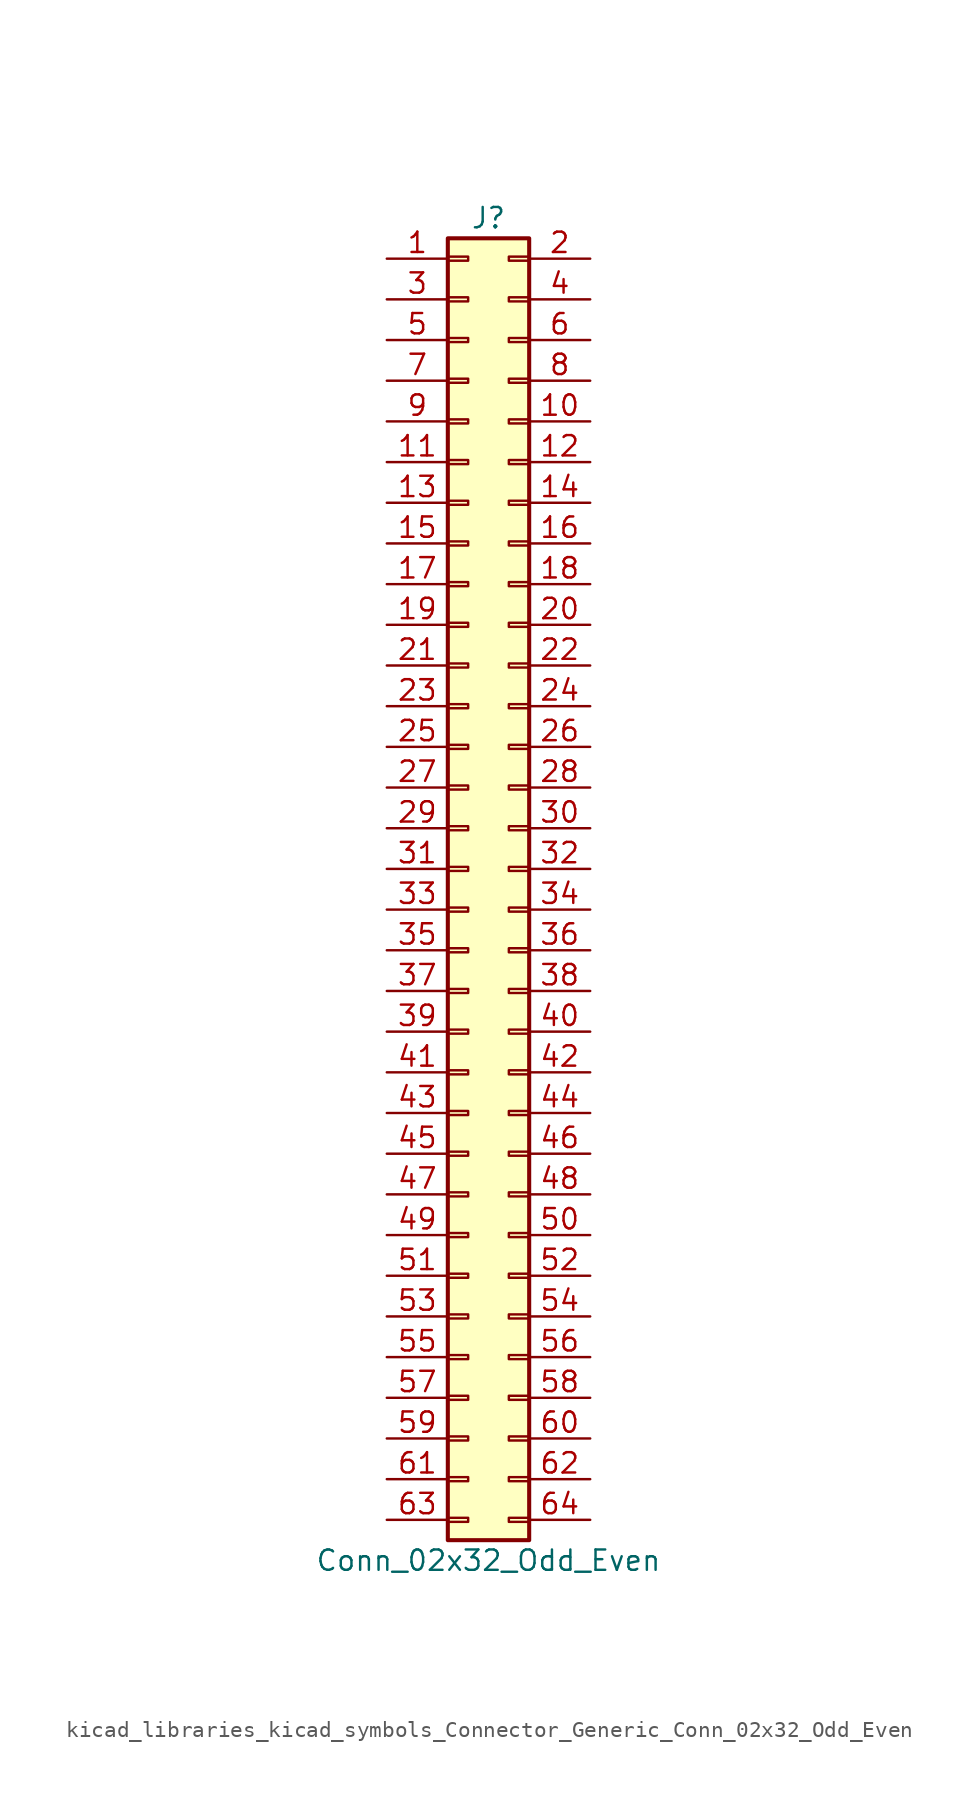
<source format=kicad_sym>
(kicad_symbol_lib
  (version 20220914)
  (generator kicad_symbol_editor)
  (symbol "kicad_libraries_kicad_symbols_Connector_Generic_Conn_02x32_Odd_Even"
    (pin_names
      (offset 1.016) hide)
    (property "Reference" "J"
      (at 1.27 40.64 0)
      (effects (font (size 1.27 1.27))))
    (property "Value" "Conn_02x32_Odd_Even"
      (at 1.27 -43.18 0)
      (effects (font (size 1.27 1.27))))
    (symbol "kicad_libraries_kicad_symbols_Connector_Generic_Conn_02x32_Odd_Even_1_1"
      (rectangle (start -1.27 -40.513) (end 0 -40.767) (stroke (width 0.152) (type default)) (fill (type none)))
      (rectangle (start -1.27 -37.973) (end 0 -38.227) (stroke (width 0.152) (type default)) (fill (type none)))
      (rectangle (start -1.27 -35.433) (end 0 -35.687) (stroke (width 0.152) (type default)) (fill (type none)))
      (rectangle (start -1.27 -32.893) (end 0 -33.147) (stroke (width 0.152) (type default)) (fill (type none)))
      (rectangle (start -1.27 -30.353) (end 0 -30.607) (stroke (width 0.152) (type default)) (fill (type none)))
      (rectangle (start -1.27 -27.813) (end 0 -28.067) (stroke (width 0.152) (type default)) (fill (type none)))
      (rectangle (start -1.27 -25.273) (end 0 -25.527) (stroke (width 0.152) (type default)) (fill (type none)))
      (rectangle (start -1.27 -22.733) (end 0 -22.987) (stroke (width 0.152) (type default)) (fill (type none)))
      (rectangle (start -1.27 -20.193) (end 0 -20.447) (stroke (width 0.152) (type default)) (fill (type none)))
      (rectangle (start -1.27 -17.653) (end 0 -17.907) (stroke (width 0.152) (type default)) (fill (type none)))
      (rectangle (start -1.27 -15.113) (end 0 -15.367) (stroke (width 0.152) (type default)) (fill (type none)))
      (rectangle (start -1.27 -12.573) (end 0 -12.827) (stroke (width 0.152) (type default)) (fill (type none)))
      (rectangle (start -1.27 -10.033) (end 0 -10.287) (stroke (width 0.152) (type default)) (fill (type none)))
      (rectangle (start -1.27 -7.493) (end 0 -7.747) (stroke (width 0.152) (type default)) (fill (type none)))
      (rectangle (start -1.27 -4.953) (end 0 -5.207) (stroke (width 0.152) (type default)) (fill (type none)))
      (rectangle (start -1.27 -2.413) (end 0 -2.667) (stroke (width 0.152) (type default)) (fill (type none)))
      (rectangle (start -1.27 0.127) (end 0 -0.127) (stroke (width 0.152) (type default)) (fill (type none)))
      (rectangle (start -1.27 2.667) (end 0 2.413) (stroke (width 0.152) (type default)) (fill (type none)))
      (rectangle (start -1.27 5.207) (end 0 4.953) (stroke (width 0.152) (type default)) (fill (type none)))
      (rectangle (start -1.27 7.747) (end 0 7.493) (stroke (width 0.152) (type default)) (fill (type none)))
      (rectangle (start -1.27 10.287) (end 0 10.033) (stroke (width 0.152) (type default)) (fill (type none)))
      (rectangle (start -1.27 12.827) (end 0 12.573) (stroke (width 0.152) (type default)) (fill (type none)))
      (rectangle (start -1.27 15.367) (end 0 15.113) (stroke (width 0.152) (type default)) (fill (type none)))
      (rectangle (start -1.27 17.907) (end 0 17.653) (stroke (width 0.152) (type default)) (fill (type none)))
      (rectangle (start -1.27 20.447) (end 0 20.193) (stroke (width 0.152) (type default)) (fill (type none)))
      (rectangle (start -1.27 22.987) (end 0 22.733) (stroke (width 0.152) (type default)) (fill (type none)))
      (rectangle (start -1.27 25.527) (end 0 25.273) (stroke (width 0.152) (type default)) (fill (type none)))
      (rectangle (start -1.27 28.067) (end 0 27.813) (stroke (width 0.152) (type default)) (fill (type none)))
      (rectangle (start -1.27 30.607) (end 0 30.353) (stroke (width 0.152) (type default)) (fill (type none)))
      (rectangle (start -1.27 33.147) (end 0 32.893) (stroke (width 0.152) (type default)) (fill (type none)))
      (rectangle (start -1.27 35.687) (end 0 35.433) (stroke (width 0.152) (type default)) (fill (type none)))
      (rectangle (start -1.27 38.227) (end 0 37.973) (stroke (width 0.152) (type default)) (fill (type none)))
      (rectangle (start -1.27 39.37) (end 3.81 -41.91) (stroke (width 0.254) (type default)) (fill (type background)))
      (rectangle (start 3.81 -40.513) (end 2.54 -40.767) (stroke (width 0.152) (type default)) (fill (type none)))
      (rectangle (start 3.81 -37.973) (end 2.54 -38.227) (stroke (width 0.152) (type default)) (fill (type none)))
      (rectangle (start 3.81 -35.433) (end 2.54 -35.687) (stroke (width 0.152) (type default)) (fill (type none)))
      (rectangle (start 3.81 -32.893) (end 2.54 -33.147) (stroke (width 0.152) (type default)) (fill (type none)))
      (rectangle (start 3.81 -30.353) (end 2.54 -30.607) (stroke (width 0.152) (type default)) (fill (type none)))
      (rectangle (start 3.81 -27.813) (end 2.54 -28.067) (stroke (width 0.152) (type default)) (fill (type none)))
      (rectangle (start 3.81 -25.273) (end 2.54 -25.527) (stroke (width 0.152) (type default)) (fill (type none)))
      (rectangle (start 3.81 -22.733) (end 2.54 -22.987) (stroke (width 0.152) (type default)) (fill (type none)))
      (rectangle (start 3.81 -20.193) (end 2.54 -20.447) (stroke (width 0.152) (type default)) (fill (type none)))
      (rectangle (start 3.81 -17.653) (end 2.54 -17.907) (stroke (width 0.152) (type default)) (fill (type none)))
      (rectangle (start 3.81 -15.113) (end 2.54 -15.367) (stroke (width 0.152) (type default)) (fill (type none)))
      (rectangle (start 3.81 -12.573) (end 2.54 -12.827) (stroke (width 0.152) (type default)) (fill (type none)))
      (rectangle (start 3.81 -10.033) (end 2.54 -10.287) (stroke (width 0.152) (type default)) (fill (type none)))
      (rectangle (start 3.81 -7.493) (end 2.54 -7.747) (stroke (width 0.152) (type default)) (fill (type none)))
      (rectangle (start 3.81 -4.953) (end 2.54 -5.207) (stroke (width 0.152) (type default)) (fill (type none)))
      (rectangle (start 3.81 -2.413) (end 2.54 -2.667) (stroke (width 0.152) (type default)) (fill (type none)))
      (rectangle (start 3.81 0.127) (end 2.54 -0.127) (stroke (width 0.152) (type default)) (fill (type none)))
      (rectangle (start 3.81 2.667) (end 2.54 2.413) (stroke (width 0.152) (type default)) (fill (type none)))
      (rectangle (start 3.81 5.207) (end 2.54 4.953) (stroke (width 0.152) (type default)) (fill (type none)))
      (rectangle (start 3.81 7.747) (end 2.54 7.493) (stroke (width 0.152) (type default)) (fill (type none)))
      (rectangle (start 3.81 10.287) (end 2.54 10.033) (stroke (width 0.152) (type default)) (fill (type none)))
      (rectangle (start 3.81 12.827) (end 2.54 12.573) (stroke (width 0.152) (type default)) (fill (type none)))
      (rectangle (start 3.81 15.367) (end 2.54 15.113) (stroke (width 0.152) (type default)) (fill (type none)))
      (rectangle (start 3.81 17.907) (end 2.54 17.653) (stroke (width 0.152) (type default)) (fill (type none)))
      (rectangle (start 3.81 20.447) (end 2.54 20.193) (stroke (width 0.152) (type default)) (fill (type none)))
      (rectangle (start 3.81 22.987) (end 2.54 22.733) (stroke (width 0.152) (type default)) (fill (type none)))
      (rectangle (start 3.81 25.527) (end 2.54 25.273) (stroke (width 0.152) (type default)) (fill (type none)))
      (rectangle (start 3.81 28.067) (end 2.54 27.813) (stroke (width 0.152) (type default)) (fill (type none)))
      (rectangle (start 3.81 30.607) (end 2.54 30.353) (stroke (width 0.152) (type default)) (fill (type none)))
      (rectangle (start 3.81 33.147) (end 2.54 32.893) (stroke (width 0.152) (type default)) (fill (type none)))
      (rectangle (start 3.81 35.687) (end 2.54 35.433) (stroke (width 0.152) (type default)) (fill (type none)))
      (rectangle (start 3.81 38.227) (end 2.54 37.973) (stroke (width 0.152) (type default)) (fill (type none)))
      (pin passive line (at -5.08 38.1 0) (length 3.81) (name "Pin_1" (effects (font (size 1.27 1.27)))) (number "1" (effects (font (size 1.27 1.27)))))
      (pin passive line (at 7.62 27.94 180) (length 3.81) (name "Pin_10" (effects (font (size 1.27 1.27)))) (number "10" (effects (font (size 1.27 1.27)))))
      (pin passive line (at -5.08 25.4 0) (length 3.81) (name "Pin_11" (effects (font (size 1.27 1.27)))) (number "11" (effects (font (size 1.27 1.27)))))
      (pin passive line (at 7.62 25.4 180) (length 3.81) (name "Pin_12" (effects (font (size 1.27 1.27)))) (number "12" (effects (font (size 1.27 1.27)))))
      (pin passive line (at -5.08 22.86 0) (length 3.81) (name "Pin_13" (effects (font (size 1.27 1.27)))) (number "13" (effects (font (size 1.27 1.27)))))
      (pin passive line (at 7.62 22.86 180) (length 3.81) (name "Pin_14" (effects (font (size 1.27 1.27)))) (number "14" (effects (font (size 1.27 1.27)))))
      (pin passive line (at -5.08 20.32 0) (length 3.81) (name "Pin_15" (effects (font (size 1.27 1.27)))) (number "15" (effects (font (size 1.27 1.27)))))
      (pin passive line (at 7.62 20.32 180) (length 3.81) (name "Pin_16" (effects (font (size 1.27 1.27)))) (number "16" (effects (font (size 1.27 1.27)))))
      (pin passive line (at -5.08 17.78 0) (length 3.81) (name "Pin_17" (effects (font (size 1.27 1.27)))) (number "17" (effects (font (size 1.27 1.27)))))
      (pin passive line (at 7.62 17.78 180) (length 3.81) (name "Pin_18" (effects (font (size 1.27 1.27)))) (number "18" (effects (font (size 1.27 1.27)))))
      (pin passive line (at -5.08 15.24 0) (length 3.81) (name "Pin_19" (effects (font (size 1.27 1.27)))) (number "19" (effects (font (size 1.27 1.27)))))
      (pin passive line (at 7.62 38.1 180) (length 3.81) (name "Pin_2" (effects (font (size 1.27 1.27)))) (number "2" (effects (font (size 1.27 1.27)))))
      (pin passive line (at 7.62 15.24 180) (length 3.81) (name "Pin_20" (effects (font (size 1.27 1.27)))) (number "20" (effects (font (size 1.27 1.27)))))
      (pin passive line (at -5.08 12.7 0) (length 3.81) (name "Pin_21" (effects (font (size 1.27 1.27)))) (number "21" (effects (font (size 1.27 1.27)))))
      (pin passive line (at 7.62 12.7 180) (length 3.81) (name "Pin_22" (effects (font (size 1.27 1.27)))) (number "22" (effects (font (size 1.27 1.27)))))
      (pin passive line (at -5.08 10.16 0) (length 3.81) (name "Pin_23" (effects (font (size 1.27 1.27)))) (number "23" (effects (font (size 1.27 1.27)))))
      (pin passive line (at 7.62 10.16 180) (length 3.81) (name "Pin_24" (effects (font (size 1.27 1.27)))) (number "24" (effects (font (size 1.27 1.27)))))
      (pin passive line (at -5.08 7.62 0) (length 3.81) (name "Pin_25" (effects (font (size 1.27 1.27)))) (number "25" (effects (font (size 1.27 1.27)))))
      (pin passive line (at 7.62 7.62 180) (length 3.81) (name "Pin_26" (effects (font (size 1.27 1.27)))) (number "26" (effects (font (size 1.27 1.27)))))
      (pin passive line (at -5.08 5.08 0) (length 3.81) (name "Pin_27" (effects (font (size 1.27 1.27)))) (number "27" (effects (font (size 1.27 1.27)))))
      (pin passive line (at 7.62 5.08 180) (length 3.81) (name "Pin_28" (effects (font (size 1.27 1.27)))) (number "28" (effects (font (size 1.27 1.27)))))
      (pin passive line (at -5.08 2.54 0) (length 3.81) (name "Pin_29" (effects (font (size 1.27 1.27)))) (number "29" (effects (font (size 1.27 1.27)))))
      (pin passive line (at -5.08 35.56 0) (length 3.81) (name "Pin_3" (effects (font (size 1.27 1.27)))) (number "3" (effects (font (size 1.27 1.27)))))
      (pin passive line (at 7.62 2.54 180) (length 3.81) (name "Pin_30" (effects (font (size 1.27 1.27)))) (number "30" (effects (font (size 1.27 1.27)))))
      (pin passive line (at -5.08 0 0) (length 3.81) (name "Pin_31" (effects (font (size 1.27 1.27)))) (number "31" (effects (font (size 1.27 1.27)))))
      (pin passive line (at 7.62 0 180) (length 3.81) (name "Pin_32" (effects (font (size 1.27 1.27)))) (number "32" (effects (font (size 1.27 1.27)))))
      (pin passive line (at -5.08 -2.54 0) (length 3.81) (name "Pin_33" (effects (font (size 1.27 1.27)))) (number "33" (effects (font (size 1.27 1.27)))))
      (pin passive line (at 7.62 -2.54 180) (length 3.81) (name "Pin_34" (effects (font (size 1.27 1.27)))) (number "34" (effects (font (size 1.27 1.27)))))
      (pin passive line (at -5.08 -5.08 0) (length 3.81) (name "Pin_35" (effects (font (size 1.27 1.27)))) (number "35" (effects (font (size 1.27 1.27)))))
      (pin passive line (at 7.62 -5.08 180) (length 3.81) (name "Pin_36" (effects (font (size 1.27 1.27)))) (number "36" (effects (font (size 1.27 1.27)))))
      (pin passive line (at -5.08 -7.62 0) (length 3.81) (name "Pin_37" (effects (font (size 1.27 1.27)))) (number "37" (effects (font (size 1.27 1.27)))))
      (pin passive line (at 7.62 -7.62 180) (length 3.81) (name "Pin_38" (effects (font (size 1.27 1.27)))) (number "38" (effects (font (size 1.27 1.27)))))
      (pin passive line (at -5.08 -10.16 0) (length 3.81) (name "Pin_39" (effects (font (size 1.27 1.27)))) (number "39" (effects (font (size 1.27 1.27)))))
      (pin passive line (at 7.62 35.56 180) (length 3.81) (name "Pin_4" (effects (font (size 1.27 1.27)))) (number "4" (effects (font (size 1.27 1.27)))))
      (pin passive line (at 7.62 -10.16 180) (length 3.81) (name "Pin_40" (effects (font (size 1.27 1.27)))) (number "40" (effects (font (size 1.27 1.27)))))
      (pin passive line (at -5.08 -12.7 0) (length 3.81) (name "Pin_41" (effects (font (size 1.27 1.27)))) (number "41" (effects (font (size 1.27 1.27)))))
      (pin passive line (at 7.62 -12.7 180) (length 3.81) (name "Pin_42" (effects (font (size 1.27 1.27)))) (number "42" (effects (font (size 1.27 1.27)))))
      (pin passive line (at -5.08 -15.24 0) (length 3.81) (name "Pin_43" (effects (font (size 1.27 1.27)))) (number "43" (effects (font (size 1.27 1.27)))))
      (pin passive line (at 7.62 -15.24 180) (length 3.81) (name "Pin_44" (effects (font (size 1.27 1.27)))) (number "44" (effects (font (size 1.27 1.27)))))
      (pin passive line (at -5.08 -17.78 0) (length 3.81) (name "Pin_45" (effects (font (size 1.27 1.27)))) (number "45" (effects (font (size 1.27 1.27)))))
      (pin passive line (at 7.62 -17.78 180) (length 3.81) (name "Pin_46" (effects (font (size 1.27 1.27)))) (number "46" (effects (font (size 1.27 1.27)))))
      (pin passive line (at -5.08 -20.32 0) (length 3.81) (name "Pin_47" (effects (font (size 1.27 1.27)))) (number "47" (effects (font (size 1.27 1.27)))))
      (pin passive line (at 7.62 -20.32 180) (length 3.81) (name "Pin_48" (effects (font (size 1.27 1.27)))) (number "48" (effects (font (size 1.27 1.27)))))
      (pin passive line (at -5.08 -22.86 0) (length 3.81) (name "Pin_49" (effects (font (size 1.27 1.27)))) (number "49" (effects (font (size 1.27 1.27)))))
      (pin passive line (at -5.08 33.02 0) (length 3.81) (name "Pin_5" (effects (font (size 1.27 1.27)))) (number "5" (effects (font (size 1.27 1.27)))))
      (pin passive line (at 7.62 -22.86 180) (length 3.81) (name "Pin_50" (effects (font (size 1.27 1.27)))) (number "50" (effects (font (size 1.27 1.27)))))
      (pin passive line (at -5.08 -25.4 0) (length 3.81) (name "Pin_51" (effects (font (size 1.27 1.27)))) (number "51" (effects (font (size 1.27 1.27)))))
      (pin passive line (at 7.62 -25.4 180) (length 3.81) (name "Pin_52" (effects (font (size 1.27 1.27)))) (number "52" (effects (font (size 1.27 1.27)))))
      (pin passive line (at -5.08 -27.94 0) (length 3.81) (name "Pin_53" (effects (font (size 1.27 1.27)))) (number "53" (effects (font (size 1.27 1.27)))))
      (pin passive line (at 7.62 -27.94 180) (length 3.81) (name "Pin_54" (effects (font (size 1.27 1.27)))) (number "54" (effects (font (size 1.27 1.27)))))
      (pin passive line (at -5.08 -30.48 0) (length 3.81) (name "Pin_55" (effects (font (size 1.27 1.27)))) (number "55" (effects (font (size 1.27 1.27)))))
      (pin passive line (at 7.62 -30.48 180) (length 3.81) (name "Pin_56" (effects (font (size 1.27 1.27)))) (number "56" (effects (font (size 1.27 1.27)))))
      (pin passive line (at -5.08 -33.02 0) (length 3.81) (name "Pin_57" (effects (font (size 1.27 1.27)))) (number "57" (effects (font (size 1.27 1.27)))))
      (pin passive line (at 7.62 -33.02 180) (length 3.81) (name "Pin_58" (effects (font (size 1.27 1.27)))) (number "58" (effects (font (size 1.27 1.27)))))
      (pin passive line (at -5.08 -35.56 0) (length 3.81) (name "Pin_59" (effects (font (size 1.27 1.27)))) (number "59" (effects (font (size 1.27 1.27)))))
      (pin passive line (at 7.62 33.02 180) (length 3.81) (name "Pin_6" (effects (font (size 1.27 1.27)))) (number "6" (effects (font (size 1.27 1.27)))))
      (pin passive line (at 7.62 -35.56 180) (length 3.81) (name "Pin_60" (effects (font (size 1.27 1.27)))) (number "60" (effects (font (size 1.27 1.27)))))
      (pin passive line (at -5.08 -38.1 0) (length 3.81) (name "Pin_61" (effects (font (size 1.27 1.27)))) (number "61" (effects (font (size 1.27 1.27)))))
      (pin passive line (at 7.62 -38.1 180) (length 3.81) (name "Pin_62" (effects (font (size 1.27 1.27)))) (number "62" (effects (font (size 1.27 1.27)))))
      (pin passive line (at -5.08 -40.64 0) (length 3.81) (name "Pin_63" (effects (font (size 1.27 1.27)))) (number "63" (effects (font (size 1.27 1.27)))))
      (pin passive line (at 7.62 -40.64 180) (length 3.81) (name "Pin_64" (effects (font (size 1.27 1.27)))) (number "64" (effects (font (size 1.27 1.27)))))
      (pin passive line (at -5.08 30.48 0) (length 3.81) (name "Pin_7" (effects (font (size 1.27 1.27)))) (number "7" (effects (font (size 1.27 1.27)))))
      (pin passive line (at 7.62 30.48 180) (length 3.81) (name "Pin_8" (effects (font (size 1.27 1.27)))) (number "8" (effects (font (size 1.27 1.27)))))
      (pin passive line (at -5.08 27.94 0) (length 3.81) (name "Pin_9" (effects (font (size 1.27 1.27)))) (number "9" (effects (font (size 1.27 1.27))))))))
</source>
